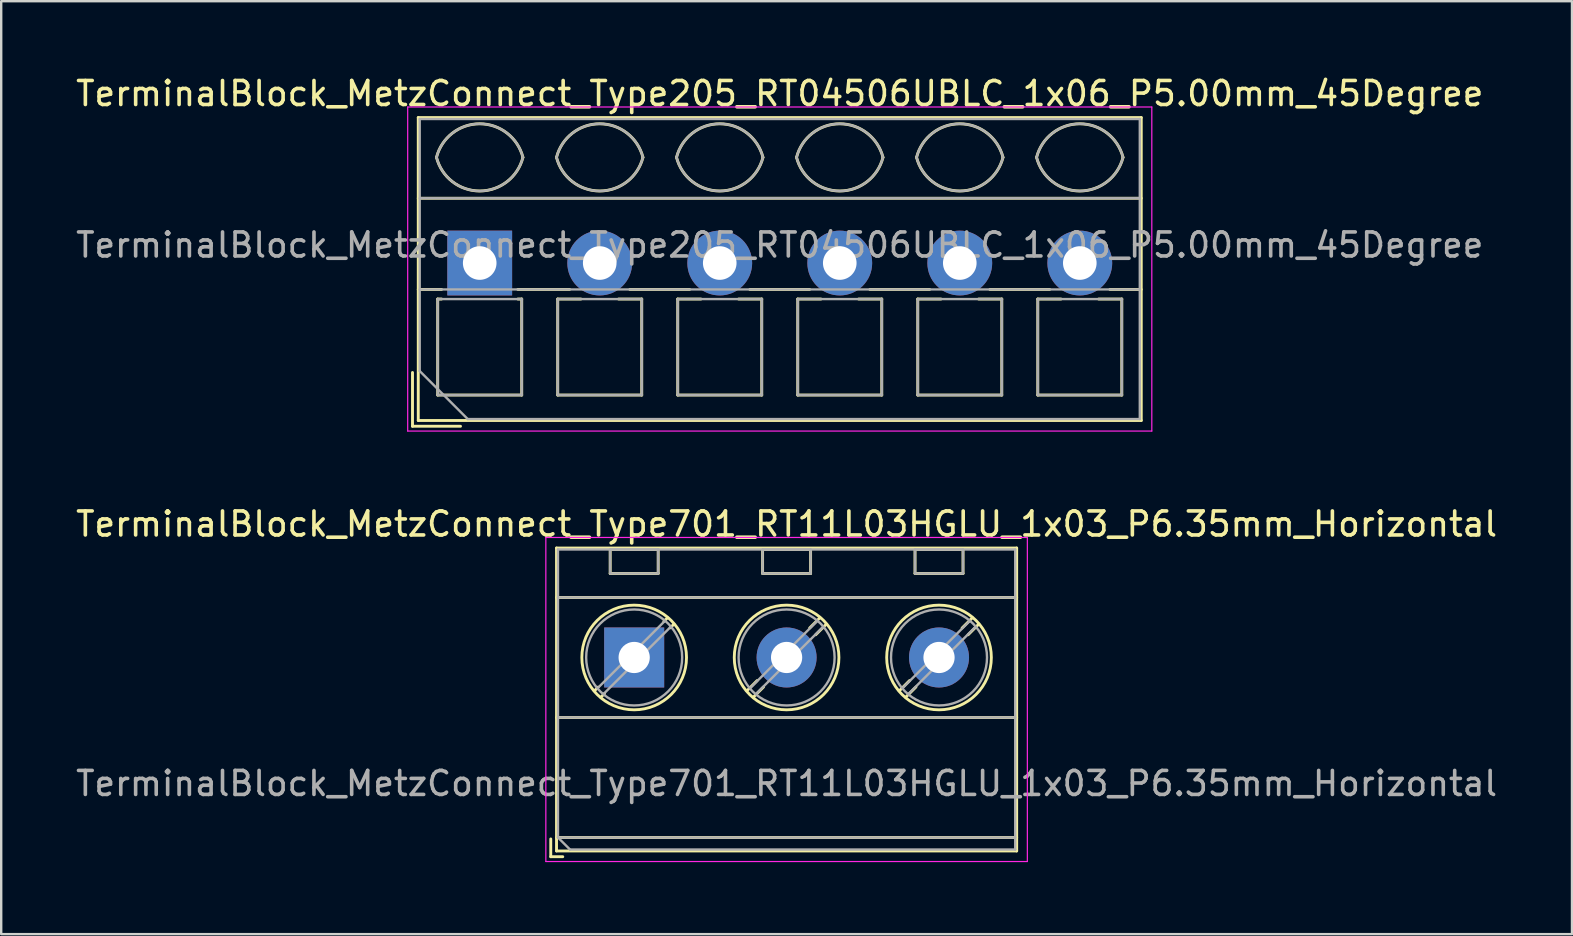
<source format=kicad_pcb>
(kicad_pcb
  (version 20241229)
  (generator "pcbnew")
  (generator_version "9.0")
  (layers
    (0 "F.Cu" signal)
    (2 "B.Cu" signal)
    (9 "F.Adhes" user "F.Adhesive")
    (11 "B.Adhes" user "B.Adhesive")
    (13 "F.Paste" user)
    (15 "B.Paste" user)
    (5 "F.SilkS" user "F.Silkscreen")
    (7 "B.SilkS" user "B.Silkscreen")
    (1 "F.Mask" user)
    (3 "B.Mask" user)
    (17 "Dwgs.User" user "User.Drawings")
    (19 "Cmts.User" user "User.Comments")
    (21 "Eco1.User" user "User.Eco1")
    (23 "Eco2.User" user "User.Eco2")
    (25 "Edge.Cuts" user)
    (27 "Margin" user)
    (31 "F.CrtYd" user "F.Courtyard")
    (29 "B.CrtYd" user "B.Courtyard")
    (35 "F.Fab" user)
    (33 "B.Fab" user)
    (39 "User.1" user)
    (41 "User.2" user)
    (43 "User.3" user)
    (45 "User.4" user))
  (footprint "TerminalBlock_MetzConnect_Type205_RT04506UBLC_1x06_P5.00mm_45Degree"
    (layer "F.Cu")
    (at 16.935 7.908)
    (property "Reference" "TerminalBlock_MetzConnect_Type205_RT04506UBLC_1x06_P5.00mm_45Degree" (at 12.5 -7.06 0) (layer "F.SilkS") (effects (font (size 1 1) (thickness 0.15))))
    (attr through_hole)
    (fp_line (start -2.8 4.56) (end -2.8 6.8) (stroke (width 0.12) (type solid)) (layer "F.SilkS"))
    (fp_line (start -2.8 6.8) (end -0.8 6.8) (stroke (width 0.12) (type solid)) (layer "F.SilkS"))
    (fp_line (start -2.56 -6.06) (end -2.56 6.56) (stroke (width 0.12) (type solid)) (layer "F.SilkS"))
    (fp_line (start -2.56 -6.06) (end 27.56 -6.06) (stroke (width 0.12) (type solid)) (layer "F.SilkS"))
    (fp_line (start -2.56 -2.7) (end 27.56 -2.7) (stroke (width 0.12) (type solid)) (layer "F.SilkS"))
    (fp_line (start -2.56 1.1) (end -1.59 1.1) (stroke (width 0.12) (type solid)) (layer "F.SilkS"))
    (fp_line (start -2.56 6.56) (end 27.56 6.56) (stroke (width 0.12) (type solid)) (layer "F.SilkS"))
    (fp_line (start -1.75 1.5) (end -1.75 5.5) (stroke (width 0.12) (type solid)) (layer "F.SilkS"))
    (fp_line (start -1.75 1.5) (end -1.59 1.5) (stroke (width 0.12) (type solid)) (layer "F.SilkS"))
    (fp_line (start -1.75 5.5) (end 1.75 5.5) (stroke (width 0.12) (type solid)) (layer "F.SilkS"))
    (fp_line (start 1.59 1.1) (end 3.744 1.1) (stroke (width 0.12) (type solid)) (layer "F.SilkS"))
    (fp_line (start 1.59 1.5) (end 1.75 1.5) (stroke (width 0.12) (type solid)) (layer "F.SilkS"))
    (fp_line (start 1.75 1.5) (end 1.75 5.5) (stroke (width 0.12) (type solid)) (layer "F.SilkS"))
    (fp_line (start 3.25 1.5) (end 3.25 5.5) (stroke (width 0.12) (type solid)) (layer "F.SilkS"))
    (fp_line (start 3.25 1.5) (end 4.216 1.5) (stroke (width 0.12) (type solid)) (layer "F.SilkS"))
    (fp_line (start 3.25 5.5) (end 6.75 5.5) (stroke (width 0.12) (type solid)) (layer "F.SilkS"))
    (fp_line (start 5.785 1.5) (end 6.75 1.5) (stroke (width 0.12) (type solid)) (layer "F.SilkS"))
    (fp_line (start 6.257 1.1) (end 8.744 1.1) (stroke (width 0.12) (type solid)) (layer "F.SilkS"))
    (fp_line (start 6.75 1.5) (end 6.75 5.5) (stroke (width 0.12) (type solid)) (layer "F.SilkS"))
    (fp_line (start 8.25 1.5) (end 8.25 5.5) (stroke (width 0.12) (type solid)) (layer "F.SilkS"))
    (fp_line (start 8.25 1.5) (end 9.216 1.5) (stroke (width 0.12) (type solid)) (layer "F.SilkS"))
    (fp_line (start 8.25 5.5) (end 11.75 5.5) (stroke (width 0.12) (type solid)) (layer "F.SilkS"))
    (fp_line (start 10.785 1.5) (end 11.75 1.5) (stroke (width 0.12) (type solid)) (layer "F.SilkS"))
    (fp_line (start 11.257 1.1) (end 13.744 1.1) (stroke (width 0.12) (type solid)) (layer "F.SilkS"))
    (fp_line (start 11.75 1.5) (end 11.75 5.5) (stroke (width 0.12) (type solid)) (layer "F.SilkS"))
    (fp_line (start 13.25 1.5) (end 13.25 5.5) (stroke (width 0.12) (type solid)) (layer "F.SilkS"))
    (fp_line (start 13.25 1.5) (end 14.216 1.5) (stroke (width 0.12) (type solid)) (layer "F.SilkS"))
    (fp_line (start 13.25 5.5) (end 16.75 5.5) (stroke (width 0.12) (type solid)) (layer "F.SilkS"))
    (fp_line (start 15.785 1.5) (end 16.75 1.5) (stroke (width 0.12) (type solid)) (layer "F.SilkS"))
    (fp_line (start 16.257 1.1) (end 18.744 1.1) (stroke (width 0.12) (type solid)) (layer "F.SilkS"))
    (fp_line (start 16.75 1.5) (end 16.75 5.5) (stroke (width 0.12) (type solid)) (layer "F.SilkS"))
    (fp_line (start 18.25 1.5) (end 18.25 5.5) (stroke (width 0.12) (type solid)) (layer "F.SilkS"))
    (fp_line (start 18.25 1.5) (end 19.216 1.5) (stroke (width 0.12) (type solid)) (layer "F.SilkS"))
    (fp_line (start 18.25 5.5) (end 21.75 5.5) (stroke (width 0.12) (type solid)) (layer "F.SilkS"))
    (fp_line (start 20.785 1.5) (end 21.75 1.5) (stroke (width 0.12) (type solid)) (layer "F.SilkS"))
    (fp_line (start 21.257 1.1) (end 23.744 1.1) (stroke (width 0.12) (type solid)) (layer "F.SilkS"))
    (fp_line (start 21.75 1.5) (end 21.75 5.5) (stroke (width 0.12) (type solid)) (layer "F.SilkS"))
    (fp_line (start 23.25 1.5) (end 23.25 5.5) (stroke (width 0.12) (type solid)) (layer "F.SilkS"))
    (fp_line (start 23.25 1.5) (end 24.216 1.5) (stroke (width 0.12) (type solid)) (layer "F.SilkS"))
    (fp_line (start 23.25 5.5) (end 26.75 5.5) (stroke (width 0.12) (type solid)) (layer "F.SilkS"))
    (fp_line (start 25.785 1.5) (end 26.75 1.5) (stroke (width 0.12) (type solid)) (layer "F.SilkS"))
    (fp_line (start 26.257 1.1) (end 27.56 1.1) (stroke (width 0.12) (type solid)) (layer "F.SilkS"))
    (fp_line (start 26.75 1.5) (end 26.75 5.5) (stroke (width 0.12) (type solid)) (layer "F.SilkS"))
    (fp_line (start 27.56 -6.06) (end 27.56 6.56) (stroke (width 0.12) (type solid)) (layer "F.SilkS"))
    (fp_arc (start -1.800846 -4.400605) (mid 0.000312 -5.801077) (end 1.801 -4.4) (stroke (width 0.12) (type solid)) (layer "F.SilkS"))
    (fp_arc (start 1.8 -4.4) (mid -0.000903 -3.000646) (end -1.800445 -4.401751) (stroke (width 0.12) (type solid)) (layer "F.SilkS"))
    (fp_arc (start 3.199154 -4.400605) (mid 5.000312 -5.801077) (end 6.801 -4.4) (stroke (width 0.12) (type solid)) (layer "F.SilkS"))
    (fp_arc (start 6.8 -4.4) (mid 4.999097 -3.000646) (end 3.199555 -4.401751) (stroke (width 0.12) (type solid)) (layer "F.SilkS"))
    (fp_arc (start 8.199154 -4.400605) (mid 10.000312 -5.801077) (end 11.801 -4.4) (stroke (width 0.12) (type solid)) (layer "F.SilkS"))
    (fp_arc (start 11.8 -4.4) (mid 9.999097 -3.000646) (end 8.199555 -4.401751) (stroke (width 0.12) (type solid)) (layer "F.SilkS"))
    (fp_arc (start 13.199154 -4.400605) (mid 15.000312 -5.801077) (end 16.801 -4.4) (stroke (width 0.12) (type solid)) (layer "F.SilkS"))
    (fp_arc (start 16.8 -4.4) (mid 14.999097 -3.000646) (end 13.199555 -4.401751) (stroke (width 0.12) (type solid)) (layer "F.SilkS"))
    (fp_arc (start 18.199154 -4.400605) (mid 20.000312 -5.801077) (end 21.801 -4.4) (stroke (width 0.12) (type solid)) (layer "F.SilkS"))
    (fp_arc (start 21.8 -4.4) (mid 19.999097 -3.000646) (end 18.199555 -4.401751) (stroke (width 0.12) (type solid)) (layer "F.SilkS"))
    (fp_arc (start 23.199154 -4.400605) (mid 25.000312 -5.801077) (end 26.801 -4.4) (stroke (width 0.12) (type solid)) (layer "F.SilkS"))
    (fp_arc (start 26.8 -4.4) (mid 24.999097 -3.000646) (end 23.199555 -4.401751) (stroke (width 0.12) (type solid)) (layer "F.SilkS"))
    (fp_line (start -3 -6.5) (end -3 7) (stroke (width 0.05) (type solid)) (layer "F.CrtYd"))
    (fp_line (start -3 7) (end 28 7) (stroke (width 0.05) (type solid)) (layer "F.CrtYd"))
    (fp_line (start 28 -6.5) (end -3 -6.5) (stroke (width 0.05) (type solid)) (layer "F.CrtYd"))
    (fp_line (start 28 7) (end 28 -6.5) (stroke (width 0.05) (type solid)) (layer "F.CrtYd"))
    (fp_line (start -2.5 -6) (end 27.5 -6) (stroke (width 0.1) (type solid)) (layer "F.Fab"))
    (fp_line (start -2.5 -2.7) (end 27.5 -2.7) (stroke (width 0.1) (type solid)) (layer "F.Fab"))
    (fp_line (start -2.5 1.1) (end 27.5 1.1) (stroke (width 0.1) (type solid)) (layer "F.Fab"))
    (fp_line (start -2.5 4.5) (end -2.5 -6) (stroke (width 0.1) (type solid)) (layer "F.Fab"))
    (fp_line (start -1.75 1.5) (end -1.75 5.5) (stroke (width 0.1) (type solid)) (layer "F.Fab"))
    (fp_line (start -1.75 5.5) (end 1.75 5.5) (stroke (width 0.1) (type solid)) (layer "F.Fab"))
    (fp_line (start -0.5 6.5) (end -2.5 4.5) (stroke (width 0.1) (type solid)) (layer "F.Fab"))
    (fp_line (start 1.75 1.5) (end -1.75 1.5) (stroke (width 0.1) (type solid)) (layer "F.Fab"))
    (fp_line (start 1.75 5.5) (end 1.75 1.5) (stroke (width 0.1) (type solid)) (layer "F.Fab"))
    (fp_line (start 3.25 1.5) (end 3.25 5.5) (stroke (width 0.1) (type solid)) (layer "F.Fab"))
    (fp_line (start 3.25 5.5) (end 6.75 5.5) (stroke (width 0.1) (type solid)) (layer "F.Fab"))
    (fp_line (start 6.75 1.5) (end 3.25 1.5) (stroke (width 0.1) (type solid)) (layer "F.Fab"))
    (fp_line (start 6.75 5.5) (end 6.75 1.5) (stroke (width 0.1) (type solid)) (layer "F.Fab"))
    (fp_line (start 8.25 1.5) (end 8.25 5.5) (stroke (width 0.1) (type solid)) (layer "F.Fab"))
    (fp_line (start 8.25 5.5) (end 11.75 5.5) (stroke (width 0.1) (type solid)) (layer "F.Fab"))
    (fp_line (start 11.75 1.5) (end 8.25 1.5) (stroke (width 0.1) (type solid)) (layer "F.Fab"))
    (fp_line (start 11.75 5.5) (end 11.75 1.5) (stroke (width 0.1) (type solid)) (layer "F.Fab"))
    (fp_line (start 13.25 1.5) (end 13.25 5.5) (stroke (width 0.1) (type solid)) (layer "F.Fab"))
    (fp_line (start 13.25 5.5) (end 16.75 5.5) (stroke (width 0.1) (type solid)) (layer "F.Fab"))
    (fp_line (start 16.75 1.5) (end 13.25 1.5) (stroke (width 0.1) (type solid)) (layer "F.Fab"))
    (fp_line (start 16.75 5.5) (end 16.75 1.5) (stroke (width 0.1) (type solid)) (layer "F.Fab"))
    (fp_line (start 18.25 1.5) (end 18.25 5.5) (stroke (width 0.1) (type solid)) (layer "F.Fab"))
    (fp_line (start 18.25 5.5) (end 21.75 5.5) (stroke (width 0.1) (type solid)) (layer "F.Fab"))
    (fp_line (start 21.75 1.5) (end 18.25 1.5) (stroke (width 0.1) (type solid)) (layer "F.Fab"))
    (fp_line (start 21.75 5.5) (end 21.75 1.5) (stroke (width 0.1) (type solid)) (layer "F.Fab"))
    (fp_line (start 23.25 1.5) (end 23.25 5.5) (stroke (width 0.1) (type solid)) (layer "F.Fab"))
    (fp_line (start 23.25 5.5) (end 26.75 5.5) (stroke (width 0.1) (type solid)) (layer "F.Fab"))
    (fp_line (start 26.75 1.5) (end 23.25 1.5) (stroke (width 0.1) (type solid)) (layer "F.Fab"))
    (fp_line (start 26.75 5.5) (end 26.75 1.5) (stroke (width 0.1) (type solid)) (layer "F.Fab"))
    (fp_line (start 27.5 -6) (end 27.5 6.5) (stroke (width 0.1) (type solid)) (layer "F.Fab"))
    (fp_line (start 27.5 6.5) (end -0.5 6.5) (stroke (width 0.1) (type solid)) (layer "F.Fab"))
    (fp_arc (start -1.800846 -4.400605) (mid 0.000312 -5.801077) (end 1.801 -4.4) (stroke (width 0.1) (type solid)) (layer "F.Fab"))
    (fp_arc (start 1.8 -4.4) (mid -0.000903 -3.000646) (end -1.800445 -4.401751) (stroke (width 0.1) (type solid)) (layer "F.Fab"))
    (fp_arc (start 3.199154 -4.400605) (mid 5.000312 -5.801077) (end 6.801 -4.4) (stroke (width 0.1) (type solid)) (layer "F.Fab"))
    (fp_arc (start 6.8 -4.4) (mid 4.999097 -3.000646) (end 3.199555 -4.401751) (stroke (width 0.1) (type solid)) (layer "F.Fab"))
    (fp_arc (start 8.199154 -4.400605) (mid 10.000312 -5.801077) (end 11.801 -4.4) (stroke (width 0.1) (type solid)) (layer "F.Fab"))
    (fp_arc (start 11.8 -4.4) (mid 9.999097 -3.000646) (end 8.199555 -4.401751) (stroke (width 0.1) (type solid)) (layer "F.Fab"))
    (fp_arc (start 13.199154 -4.400605) (mid 15.000312 -5.801077) (end 16.801 -4.4) (stroke (width 0.1) (type solid)) (layer "F.Fab"))
    (fp_arc (start 16.8 -4.4) (mid 14.999097 -3.000646) (end 13.199555 -4.401751) (stroke (width 0.1) (type solid)) (layer "F.Fab"))
    (fp_arc (start 18.199154 -4.400605) (mid 20.000312 -5.801077) (end 21.801 -4.4) (stroke (width 0.1) (type solid)) (layer "F.Fab"))
    (fp_arc (start 21.8 -4.4) (mid 19.999097 -3.000646) (end 18.199555 -4.401751) (stroke (width 0.1) (type solid)) (layer "F.Fab"))
    (fp_arc (start 23.199154 -4.400605) (mid 25.000312 -5.801077) (end 26.801 -4.4) (stroke (width 0.1) (type solid)) (layer "F.Fab"))
    (fp_arc (start 26.8 -4.4) (mid 24.999097 -3.000646) (end 23.199555 -4.401751) (stroke (width 0.1) (type solid)) (layer "F.Fab"))
    (fp_text user "${REFERENCE}" (at 12.5 -0.75 0) (layer "F.Fab") (effects (font (size 1 1) (thickness 0.15))))
    (pad "1" thru_hole rect (at 0 0) (size 2.7 2.7) (drill 1.4) (layers "*.Cu" "*.Mask"))
    (pad "2" thru_hole circle (at 5 0) (size 2.7 2.7) (drill 1.4) (layers "*.Cu" "*.Mask"))
    (pad "3" thru_hole circle (at 10 0) (size 2.7 2.7) (drill 1.4) (layers "*.Cu" "*.Mask"))
    (pad "4" thru_hole circle (at 15 0) (size 2.7 2.7) (drill 1.4) (layers "*.Cu" "*.Mask"))
    (pad "5" thru_hole circle (at 20 0) (size 2.7 2.7) (drill 1.4) (layers "*.Cu" "*.Mask"))
    (pad "6" thru_hole circle (at 25 0) (size 2.7 2.7) (drill 1.4) (layers "*.Cu" "*.Mask")))
  (footprint "TerminalBlock_MetzConnect_Type701_RT11L03HGLU_1x03_P6.35mm_Horizontal"
    (layer "F.Cu")
    (at 23.37 24.341)
    (property "Reference" "TerminalBlock_MetzConnect_Type701_RT11L03HGLU_1x03_P6.35mm_Horizontal" (at 6.35 -5.56 0) (layer "F.SilkS") (effects (font (size 1 1) (thickness 0.15))))
    (attr through_hole)
    (fp_line (start -3.475 7.56) (end -3.475 8.3) (stroke (width 0.12) (type solid)) (layer "F.SilkS"))
    (fp_line (start -3.475 8.3) (end -2.975 8.3) (stroke (width 0.12) (type solid)) (layer "F.SilkS"))
    (fp_line (start -3.235 -4.56) (end -3.235 8.06) (stroke (width 0.12) (type solid)) (layer "F.SilkS"))
    (fp_line (start -3.235 -4.56) (end 15.935 -4.56) (stroke (width 0.12) (type solid)) (layer "F.SilkS"))
    (fp_line (start -3.235 -2.5) (end 15.935 -2.5) (stroke (width 0.12) (type solid)) (layer "F.SilkS"))
    (fp_line (start -3.235 2.5) (end 15.935 2.5) (stroke (width 0.12) (type solid)) (layer "F.SilkS"))
    (fp_line (start -3.235 7.5) (end 15.935 7.5) (stroke (width 0.12) (type solid)) (layer "F.SilkS"))
    (fp_line (start -3.235 8.06) (end 15.935 8.06) (stroke (width 0.12) (type solid)) (layer "F.SilkS"))
    (fp_line (start -1.502 1.235) (end -1.654 1.388) (stroke (width 0.12) (type solid)) (layer "F.SilkS"))
    (fp_line (start -1.236 1.502) (end -1.388 1.654) (stroke (width 0.12) (type solid)) (layer "F.SilkS"))
    (fp_line (start -1 -4.5) (end -1 -3.5) (stroke (width 0.12) (type solid)) (layer "F.SilkS"))
    (fp_line (start -1 -4.5) (end 1 -4.5) (stroke (width 0.12) (type solid)) (layer "F.SilkS"))
    (fp_line (start -1 -3.5) (end 1 -3.5) (stroke (width 0.12) (type solid)) (layer "F.SilkS"))
    (fp_line (start 1 -4.5) (end 1 -3.5) (stroke (width 0.12) (type solid)) (layer "F.SilkS"))
    (fp_line (start 1.388 -1.654) (end 1.236 -1.502) (stroke (width 0.12) (type solid)) (layer "F.SilkS"))
    (fp_line (start 1.654 -1.388) (end 1.502 -1.236) (stroke (width 0.12) (type solid)) (layer "F.SilkS"))
    (fp_line (start 5.123 0.962) (end 4.697 1.388) (stroke (width 0.12) (type solid)) (layer "F.SilkS"))
    (fp_line (start 5.35 -4.5) (end 5.35 -3.5) (stroke (width 0.12) (type solid)) (layer "F.SilkS"))
    (fp_line (start 5.35 -4.5) (end 7.35 -4.5) (stroke (width 0.12) (type solid)) (layer "F.SilkS"))
    (fp_line (start 5.35 -3.5) (end 7.35 -3.5) (stroke (width 0.12) (type solid)) (layer "F.SilkS"))
    (fp_line (start 5.389 1.228) (end 4.963 1.654) (stroke (width 0.12) (type solid)) (layer "F.SilkS"))
    (fp_line (start 7.35 -4.5) (end 7.35 -3.5) (stroke (width 0.12) (type solid)) (layer "F.SilkS"))
    (fp_line (start 7.738 -1.654) (end 7.312 -1.228) (stroke (width 0.12) (type solid)) (layer "F.SilkS"))
    (fp_line (start 8.004 -1.388) (end 7.563 -0.947) (stroke (width 0.12) (type solid)) (layer "F.SilkS"))
    (fp_line (start 11.473 0.962) (end 11.047 1.388) (stroke (width 0.12) (type solid)) (layer "F.SilkS"))
    (fp_line (start 11.7 -4.5) (end 11.7 -3.5) (stroke (width 0.12) (type solid)) (layer "F.SilkS"))
    (fp_line (start 11.7 -4.5) (end 13.7 -4.5) (stroke (width 0.12) (type solid)) (layer "F.SilkS"))
    (fp_line (start 11.7 -3.5) (end 13.7 -3.5) (stroke (width 0.12) (type solid)) (layer "F.SilkS"))
    (fp_line (start 11.739 1.228) (end 11.313 1.654) (stroke (width 0.12) (type solid)) (layer "F.SilkS"))
    (fp_line (start 13.7 -4.5) (end 13.7 -3.5) (stroke (width 0.12) (type solid)) (layer "F.SilkS"))
    (fp_line (start 14.088 -1.654) (end 13.662 -1.228) (stroke (width 0.12) (type solid)) (layer "F.SilkS"))
    (fp_line (start 14.354 -1.388) (end 13.913 -0.947) (stroke (width 0.12) (type solid)) (layer "F.SilkS"))
    (fp_line (start 15.935 -4.56) (end 15.935 8.06) (stroke (width 0.12) (type solid)) (layer "F.SilkS"))
    (fp_circle (center 0 0) (end 2.18 0) (stroke (width 0.12) (type solid)) (fill no) (layer "F.SilkS"))
    (fp_circle (center 6.35 0) (end 8.53 0) (stroke (width 0.12) (type solid)) (fill no) (layer "F.SilkS"))
    (fp_circle (center 12.7 0) (end 14.88 0) (stroke (width 0.12) (type solid)) (fill no) (layer "F.SilkS"))
    (fp_line (start -3.68 -5) (end -3.68 8.5) (stroke (width 0.05) (type solid)) (layer "F.CrtYd"))
    (fp_line (start -3.68 8.5) (end 16.38 8.5) (stroke (width 0.05) (type solid)) (layer "F.CrtYd"))
    (fp_line (start 16.38 -5) (end -3.68 -5) (stroke (width 0.05) (type solid)) (layer "F.CrtYd"))
    (fp_line (start 16.38 8.5) (end 16.38 -5) (stroke (width 0.05) (type solid)) (layer "F.CrtYd"))
    (fp_line (start -3.175 -4.5) (end 15.875 -4.5) (stroke (width 0.1) (type solid)) (layer "F.Fab"))
    (fp_line (start -3.175 -2.5) (end 15.875 -2.5) (stroke (width 0.1) (type solid)) (layer "F.Fab"))
    (fp_line (start -3.175 2.5) (end 15.875 2.5) (stroke (width 0.1) (type solid)) (layer "F.Fab"))
    (fp_line (start -3.175 7.5) (end -3.175 -4.5) (stroke (width 0.1) (type solid)) (layer "F.Fab"))
    (fp_line (start -3.175 7.5) (end 15.875 7.5) (stroke (width 0.1) (type solid)) (layer "F.Fab"))
    (fp_line (start -2.675 8) (end -3.175 7.5) (stroke (width 0.1) (type solid)) (layer "F.Fab"))
    (fp_line (start -1 -4.5) (end -1 -3.5) (stroke (width 0.1) (type solid)) (layer "F.Fab"))
    (fp_line (start -1 -3.5) (end 1 -3.5) (stroke (width 0.1) (type solid)) (layer "F.Fab"))
    (fp_line (start 1 -4.5) (end -1 -4.5) (stroke (width 0.1) (type solid)) (layer "F.Fab"))
    (fp_line (start 1 -3.5) (end 1 -4.5) (stroke (width 0.1) (type solid)) (layer "F.Fab"))
    (fp_line (start 1.273 -1.517) (end -1.517 1.273) (stroke (width 0.1) (type solid)) (layer "F.Fab"))
    (fp_line (start 1.517 -1.273) (end -1.273 1.517) (stroke (width 0.1) (type solid)) (layer "F.Fab"))
    (fp_line (start 5.35 -4.5) (end 5.35 -3.5) (stroke (width 0.1) (type solid)) (layer "F.Fab"))
    (fp_line (start 5.35 -3.5) (end 7.35 -3.5) (stroke (width 0.1) (type solid)) (layer "F.Fab"))
    (fp_line (start 7.35 -4.5) (end 5.35 -4.5) (stroke (width 0.1) (type solid)) (layer "F.Fab"))
    (fp_line (start 7.35 -3.5) (end 7.35 -4.5) (stroke (width 0.1) (type solid)) (layer "F.Fab"))
    (fp_line (start 7.623 -1.517) (end 4.834 1.273) (stroke (width 0.1) (type solid)) (layer "F.Fab"))
    (fp_line (start 7.867 -1.273) (end 5.078 1.517) (stroke (width 0.1) (type solid)) (layer "F.Fab"))
    (fp_line (start 11.7 -4.5) (end 11.7 -3.5) (stroke (width 0.1) (type solid)) (layer "F.Fab"))
    (fp_line (start 11.7 -3.5) (end 13.7 -3.5) (stroke (width 0.1) (type solid)) (layer "F.Fab"))
    (fp_line (start 13.7 -4.5) (end 11.7 -4.5) (stroke (width 0.1) (type solid)) (layer "F.Fab"))
    (fp_line (start 13.7 -3.5) (end 13.7 -4.5) (stroke (width 0.1) (type solid)) (layer "F.Fab"))
    (fp_line (start 13.973 -1.517) (end 11.184 1.273) (stroke (width 0.1) (type solid)) (layer "F.Fab"))
    (fp_line (start 14.217 -1.273) (end 11.428 1.517) (stroke (width 0.1) (type solid)) (layer "F.Fab"))
    (fp_line (start 15.875 -4.5) (end 15.875 8) (stroke (width 0.1) (type solid)) (layer "F.Fab"))
    (fp_line (start 15.875 8) (end -2.675 8) (stroke (width 0.1) (type solid)) (layer "F.Fab"))
    (fp_circle (center 0 0) (end 2 0) (stroke (width 0.1) (type solid)) (fill no) (layer "F.Fab"))
    (fp_circle (center 6.35 0) (end 8.35 0) (stroke (width 0.1) (type solid)) (fill no) (layer "F.Fab"))
    (fp_circle (center 12.7 0) (end 14.7 0) (stroke (width 0.1) (type solid)) (fill no) (layer "F.Fab"))
    (fp_text user "${REFERENCE}" (at 6.35 5.25 0) (layer "F.Fab") (effects (font (size 1 1) (thickness 0.15))))
    (pad "1" thru_hole rect (at 0 0) (size 2.5 2.5) (drill 1.3) (layers "*.Cu" "*.Mask"))
    (pad "2" thru_hole circle (at 6.35 0) (size 2.5 2.5) (drill 1.3) (layers "*.Cu" "*.Mask"))
    (pad "3" thru_hole circle (at 12.7 0) (size 2.5 2.5) (drill 1.3) (layers "*.Cu" "*.Mask")))
  (gr_rect
    (start -3 -3)
    (end 62.44 35.867)
    (stroke (width 0.1) (type default))
    (fill no)
    (layer "Edge.Cuts")))
</source>
